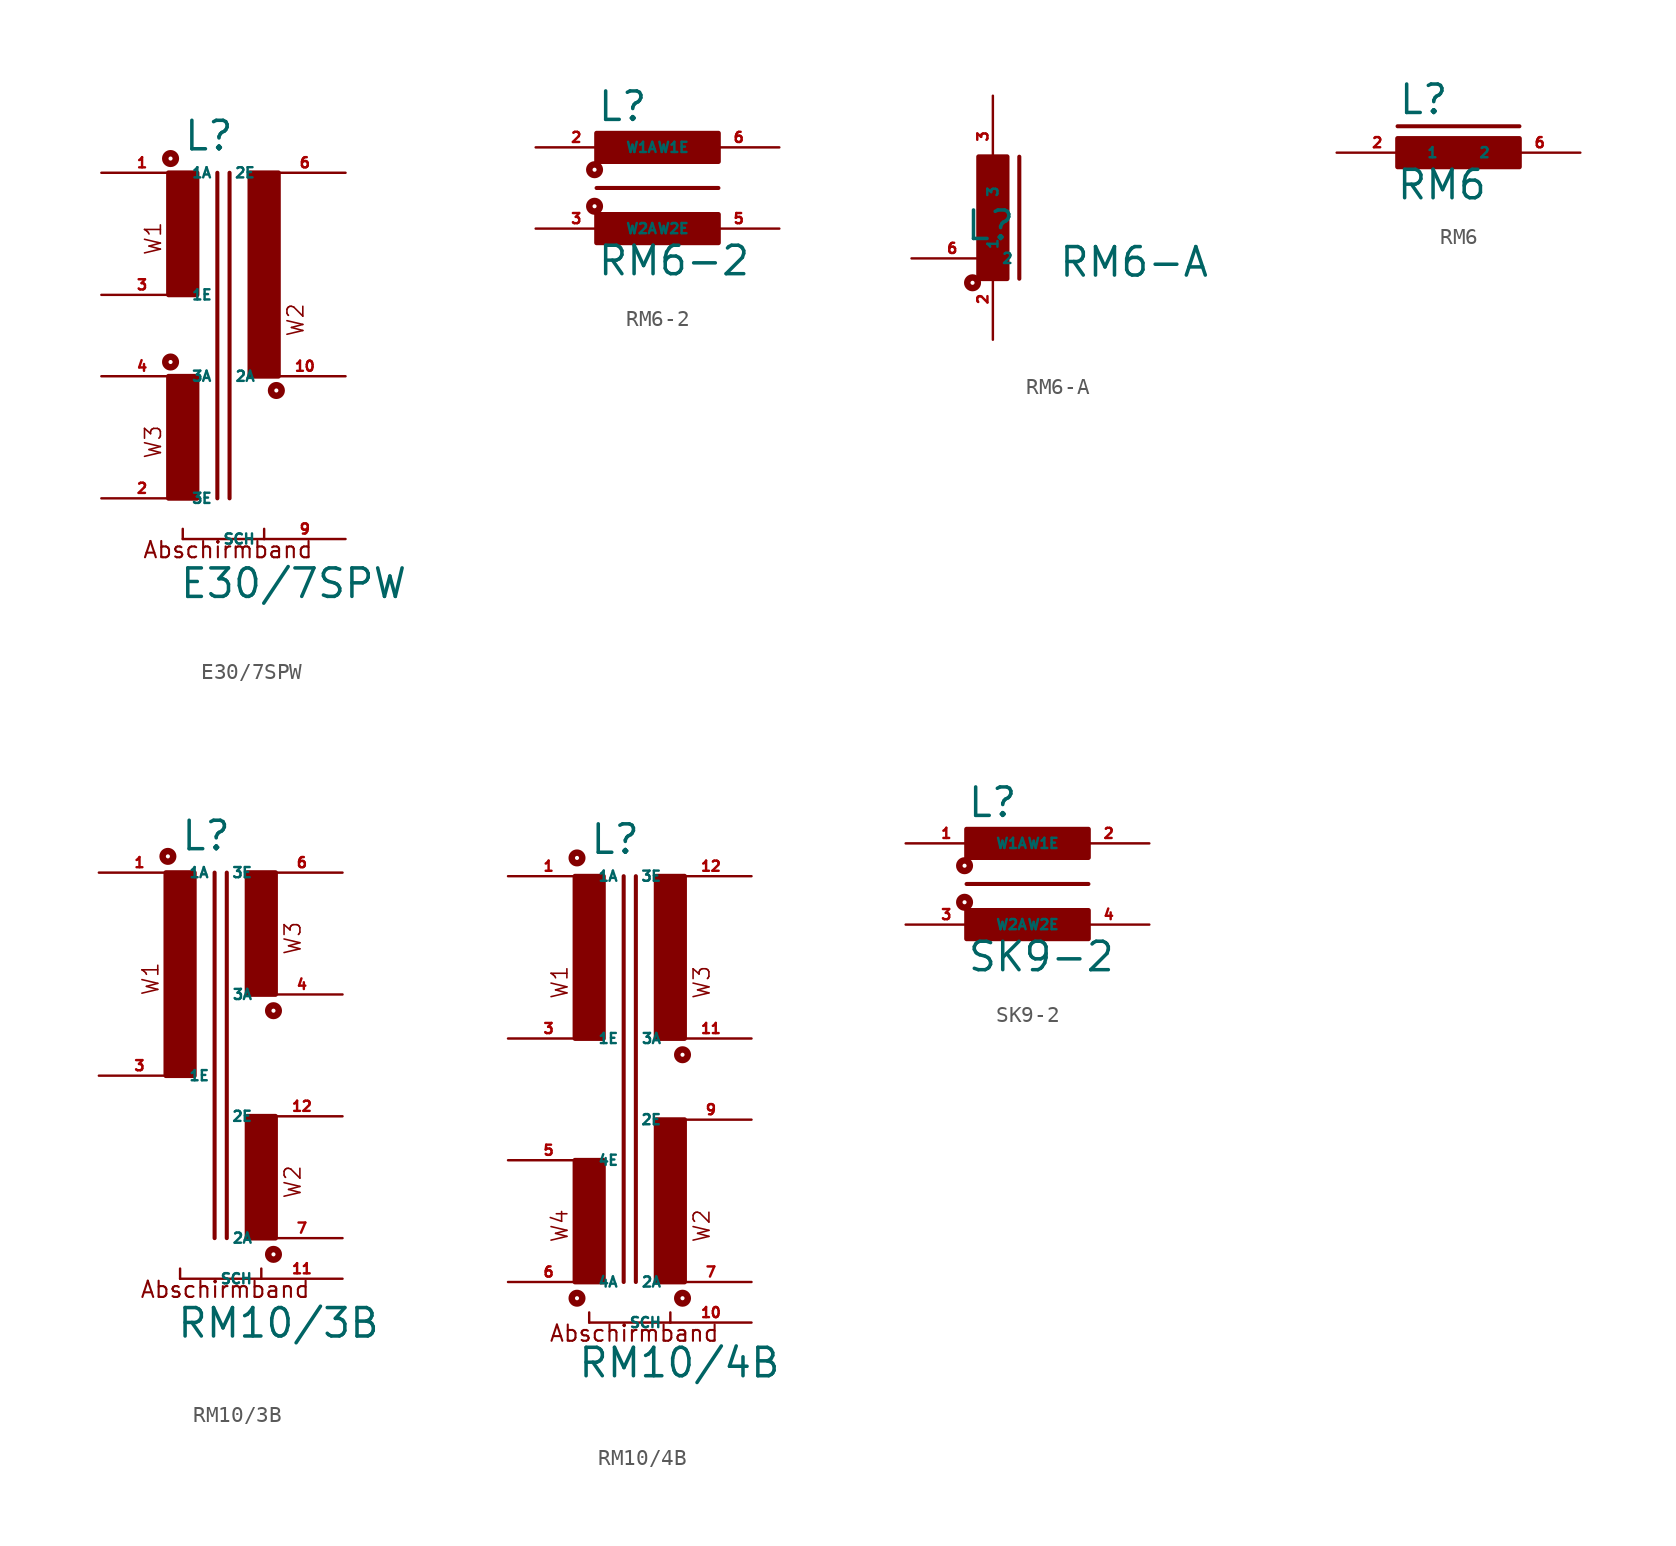
<source format=kicad_sym>
(kicad_symbol_lib
  (version 20220914)
  (generator Eagle2Kicad)
  (symbol "E30/7SPW"
    (property "Reference" "L"
      (at -2.54 11.43 0)
      (effects (font (size 1.778 1.778) (thickness 0.22)) (justify left bottom)))
    (property "Value" "E30/7SPW"
      (at -2.794 -16.51 0)
      (effects (font (size 1.778 1.778) (thickness 0.22)) (justify left bottom)))
    (polyline
      (pts (xy 0.381 -10.16) (xy 0.381 10.16))
      (stroke (width 0.254) (type default))
      (fill (type none)))
    (polyline
      (pts (xy -0.381 -10.16) (xy -0.381 10.16))
      (stroke (width 0.254) (type default))
      (fill (type none)))
    (polyline
      (pts (xy 2.54 -12.7) (xy 2.54 -12.065))
      (stroke (width 0.152) (type default))
      (fill (type none)))
    (polyline
      (pts (xy 2.54 -12.7) (xy -2.54 -12.7))
      (stroke (width 0.152) (type default))
      (fill (type none)))
    (polyline
      (pts (xy -2.54 -12.7) (xy -2.54 -12.065))
      (stroke (width 0.152) (type default))
      (fill (type none)))
    (text "W1"
      (at -3.81 4.953 900)
      (effects (font (size 0.991 0.991) (thickness 0.10)) (justify left bottom)))
    (text "W2"
      (at 5.08 -0.127 900)
      (effects (font (size 0.991 0.991) (thickness 0.10)) (justify left bottom)))
    (text "W3"
      (at -3.81 -7.747 900)
      (effects (font (size 0.991 0.991) (thickness 0.10)) (justify left bottom)))
    (text "Abschirmband"
      (at -5.08 -13.97 0)
      (effects (font (size 1.016 1.016) (thickness 0.13)) (justify left bottom)))
    (circle
      (center -3.302 11.049)
      (radius 0.127)
      (stroke (width 0.406) (type default))
      (fill (type none)))
    (circle
      (center 3.302 -3.429)
      (radius 0.127)
      (stroke (width 0.406) (type default))
      (fill (type none)))
    (circle
      (center -3.302 -1.651)
      (radius 0.127)
      (stroke (width 0.406) (type default))
      (fill (type none)))
    (rectangle
      (start -3.429 2.54)
      (end -1.651 10.16)
      (stroke (width 0.3) (type default))
      (fill (type outline)))
    (rectangle
      (start -3.429 -10.16)
      (end -1.651 -2.54)
      (stroke (width 0.3) (type default))
      (fill (type outline)))
    (rectangle
      (start 1.651 -2.54)
      (end 3.429 10.16)
      (stroke (width 0.3) (type default))
      (fill (type outline)))
    (pin passive line
      (at -7.62 2.54 0)
      (length 5.08)
      (name "1E" (effects (font (size 0.635 0.635) (thickness 0.08)) (justify left bottom)))
      (number "3" (effects (font (size 0.635 0.635) (thickness 0.08)) (justify left bottom))))
    (pin passive line
      (at -7.62 10.16 0)
      (length 5.08)
      (name "1A" (effects (font (size 0.635 0.635) (thickness 0.08)) (justify left bottom)))
      (number "1" (effects (font (size 0.635 0.635) (thickness 0.08)) (justify left bottom))))
    (pin passive line
      (at 7.62 10.16 180)
      (length 5.08)
      (name "2E" (effects (font (size 0.635 0.635) (thickness 0.08)) (justify left bottom)))
      (number "6" (effects (font (size 0.635 0.635) (thickness 0.08)) (justify left bottom))))
    (pin passive line
      (at 7.62 -2.54 180)
      (length 5.08)
      (name "2A" (effects (font (size 0.635 0.635) (thickness 0.08)) (justify left bottom)))
      (number "10" (effects (font (size 0.635 0.635) (thickness 0.08)) (justify left bottom))))
    (pin passive line
      (at -7.62 -10.16 0)
      (length 5.08)
      (name "3E" (effects (font (size 0.635 0.635) (thickness 0.08)) (justify left bottom)))
      (number "2" (effects (font (size 0.635 0.635) (thickness 0.08)) (justify left bottom))))
    (pin passive line
      (at -7.62 -2.54 0)
      (length 5.08)
      (name "3A" (effects (font (size 0.635 0.635) (thickness 0.08)) (justify left bottom)))
      (number "4" (effects (font (size 0.635 0.635) (thickness 0.08)) (justify left bottom))))
    (pin passive line
      (at 7.62 -12.7 180)
      (length 5.08)
      (name "SCH" (effects (font (size 0.635 0.635) (thickness 0.08)) (justify left bottom)))
      (number "9" (effects (font (size 0.635 0.635) (thickness 0.08)) (justify left bottom)))))
  (symbol "RM6-2"
    (property "Reference" "L"
      (at -3.81 4.064 0)
      (effects (font (size 1.778 1.778) (thickness 0.22)) (justify left bottom)))
    (property "Value" "RM6-2"
      (at -3.81 -5.588 0)
      (effects (font (size 1.778 1.778) (thickness 0.22)) (justify left bottom)))
    (polyline
      (pts (xy -3.81 0) (xy 3.81 0))
      (stroke (width 0.254) (type default))
      (fill (type none)))
    (circle
      (center -3.937 -1.143)
      (radius 0.127)
      (stroke (width 0.406) (type default))
      (fill (type none)))
    (circle
      (center -3.937 1.143)
      (radius 0.127)
      (stroke (width 0.406) (type default))
      (fill (type none)))
    (rectangle
      (start -3.81 1.651)
      (end 3.81 3.429)
      (stroke (width 0.3) (type default))
      (fill (type outline)))
    (rectangle
      (start -3.81 -3.429)
      (end 3.81 -1.651)
      (stroke (width 0.3) (type default))
      (fill (type outline)))
    (pin passive line
      (at 7.62 2.54 180)
      (length 5.08)
      (name "W1E" (effects (font (size 0.635 0.635) (thickness 0.08)) (justify left bottom)))
      (number "6" (effects (font (size 0.635 0.635) (thickness 0.08)) (justify left bottom))))
    (pin passive line
      (at -7.62 2.54 0)
      (length 5.08)
      (name "W1A" (effects (font (size 0.635 0.635) (thickness 0.08)) (justify left bottom)))
      (number "2" (effects (font (size 0.635 0.635) (thickness 0.08)) (justify left bottom))))
    (pin passive line
      (at 7.62 -2.54 180)
      (length 5.08)
      (name "W2E" (effects (font (size 0.635 0.635) (thickness 0.08)) (justify left bottom)))
      (number "5" (effects (font (size 0.635 0.635) (thickness 0.08)) (justify left bottom))))
    (pin passive line
      (at -7.62 -2.54 0)
      (length 5.08)
      (name "W2A" (effects (font (size 0.635 0.635) (thickness 0.08)) (justify left bottom)))
      (number "3" (effects (font (size 0.635 0.635) (thickness 0.08)) (justify left bottom)))))
  (symbol "RM6-A"
    (property "Reference" "L"
      (at -1.778 -1.524 0)
      (effects (font (size 1.778 1.778) (thickness 0.22)) (justify left bottom)))
    (property "Value" "RM6-A"
      (at 4.064 -3.81 0)
      (effects (font (size 1.778 1.778) (thickness 0.22)) (justify left bottom)))
    (polyline
      (pts (xy 1.651 -3.81) (xy 1.651 3.81))
      (stroke (width 0.254) (type default))
      (fill (type none)))
    (circle
      (center -1.27 -4.064)
      (radius 0.127)
      (stroke (width 0.406) (type default))
      (fill (type none)))
    (rectangle
      (start -0.889 -3.81)
      (end 0.889 3.81)
      (stroke (width 0.3) (type default))
      (fill (type outline)))
    (pin passive line
      (at 0 7.62 270)
      (length 5.08)
      (name "3" (effects (font (size 0.635 0.635) (thickness 0.08)) (justify left bottom)))
      (number "3" (effects (font (size 0.635 0.635) (thickness 0.08)) (justify left bottom))))
    (pin passive line
      (at 0 -7.62 90)
      (length 5.08)
      (name "1" (effects (font (size 0.635 0.635) (thickness 0.08)) (justify left bottom)))
      (number "2" (effects (font (size 0.635 0.635) (thickness 0.08)) (justify left bottom))))
    (pin passive line
      (at -5.08 -2.54 0)
      (length 5.08)
      (name "2" (effects (font (size 0.635 0.635) (thickness 0.08)) (justify left bottom)))
      (number "6" (effects (font (size 0.635 0.635) (thickness 0.08)) (justify left bottom)))))
  (symbol "RM6"
    (property "Reference" "L"
      (at -3.81 2.286 0)
      (effects (font (size 1.778 1.778) (thickness 0.22)) (justify left bottom)))
    (property "Value" "RM6"
      (at -3.937 -3.048 0)
      (effects (font (size 1.778 1.778) (thickness 0.22)) (justify left bottom)))
    (polyline
      (pts (xy -3.81 1.651) (xy 3.81 1.651))
      (stroke (width 0.254) (type default))
      (fill (type none)))
    (rectangle
      (start -3.81 -0.889)
      (end 3.81 0.889)
      (stroke (width 0.3) (type default))
      (fill (type outline)))
    (pin passive line
      (at 7.62 0 180)
      (length 5.08)
      (name "2" (effects (font (size 0.635 0.635) (thickness 0.08)) (justify left bottom)))
      (number "6" (effects (font (size 0.635 0.635) (thickness 0.08)) (justify left bottom))))
    (pin passive line
      (at -7.62 0 0)
      (length 5.08)
      (name "1" (effects (font (size 0.635 0.635) (thickness 0.08)) (justify left bottom)))
      (number "2" (effects (font (size 0.635 0.635) (thickness 0.08)) (justify left bottom)))))
  (symbol "RM10/3B"
    (property "Reference" "L"
      (at -2.54 13.97 0)
      (effects (font (size 1.778 1.778) (thickness 0.22)) (justify left bottom)))
    (property "Value" "RM10/3B"
      (at -2.794 -16.51 0)
      (effects (font (size 1.778 1.778) (thickness 0.22)) (justify left bottom)))
    (polyline
      (pts (xy -0.381 -10.16) (xy -0.381 12.7))
      (stroke (width 0.254) (type default))
      (fill (type none)))
    (polyline
      (pts (xy 0.381 -10.16) (xy 0.381 12.7))
      (stroke (width 0.254) (type default))
      (fill (type none)))
    (polyline
      (pts (xy 2.54 -12.7) (xy 2.54 -12.065))
      (stroke (width 0.152) (type default))
      (fill (type none)))
    (polyline
      (pts (xy 2.54 -12.7) (xy -2.54 -12.7))
      (stroke (width 0.152) (type default))
      (fill (type none)))
    (polyline
      (pts (xy -2.54 -12.7) (xy -2.54 -12.065))
      (stroke (width 0.152) (type default))
      (fill (type none)))
    (text "W1"
      (at -3.81 4.953 900)
      (effects (font (size 0.991 0.991) (thickness 0.10)) (justify left bottom)))
    (text "W2"
      (at 5.08 -7.747 900)
      (effects (font (size 0.991 0.991) (thickness 0.10)) (justify left bottom)))
    (text "W3"
      (at 5.08 7.493 900)
      (effects (font (size 0.991 0.991) (thickness 0.10)) (justify left bottom)))
    (text "Abschirmband"
      (at -5.08 -13.97 0)
      (effects (font (size 1.016 1.016) (thickness 0.13)) (justify left bottom)))
    (circle
      (center -3.302 13.716)
      (radius 0.127)
      (stroke (width 0.406) (type default))
      (fill (type none)))
    (circle
      (center 3.302 4.064)
      (radius 0.127)
      (stroke (width 0.406) (type default))
      (fill (type none)))
    (circle
      (center 3.302 -11.176)
      (radius 0.127)
      (stroke (width 0.406) (type default))
      (fill (type none)))
    (rectangle
      (start 1.651 5.08)
      (end 3.429 12.7)
      (stroke (width 0.3) (type default))
      (fill (type outline)))
    (rectangle
      (start 1.651 -10.16)
      (end 3.429 -2.54)
      (stroke (width 0.3) (type default))
      (fill (type outline)))
    (rectangle
      (start -3.429 0)
      (end -1.651 12.7)
      (stroke (width 0.3) (type default))
      (fill (type outline)))
    (pin passive line
      (at -7.62 0 0)
      (length 5.08)
      (name "1E" (effects (font (size 0.635 0.635) (thickness 0.08)) (justify left bottom)))
      (number "3" (effects (font (size 0.635 0.635) (thickness 0.08)) (justify left bottom))))
    (pin passive line
      (at -7.62 12.7 0)
      (length 5.08)
      (name "1A" (effects (font (size 0.635 0.635) (thickness 0.08)) (justify left bottom)))
      (number "1" (effects (font (size 0.635 0.635) (thickness 0.08)) (justify left bottom))))
    (pin passive line
      (at 7.62 -2.54 180)
      (length 5.08)
      (name "2E" (effects (font (size 0.635 0.635) (thickness 0.08)) (justify left bottom)))
      (number "12" (effects (font (size 0.635 0.635) (thickness 0.08)) (justify left bottom))))
    (pin passive line
      (at 7.62 -10.16 180)
      (length 5.08)
      (name "2A" (effects (font (size 0.635 0.635) (thickness 0.08)) (justify left bottom)))
      (number "7" (effects (font (size 0.635 0.635) (thickness 0.08)) (justify left bottom))))
    (pin passive line
      (at 7.62 12.7 180)
      (length 5.08)
      (name "3E" (effects (font (size 0.635 0.635) (thickness 0.08)) (justify left bottom)))
      (number "6" (effects (font (size 0.635 0.635) (thickness 0.08)) (justify left bottom))))
    (pin passive line
      (at 7.62 5.08 180)
      (length 5.08)
      (name "3A" (effects (font (size 0.635 0.635) (thickness 0.08)) (justify left bottom)))
      (number "4" (effects (font (size 0.635 0.635) (thickness 0.08)) (justify left bottom))))
    (pin passive line
      (at 7.62 -12.7 180)
      (length 5.08)
      (name "SCH" (effects (font (size 0.635 0.635) (thickness 0.08)) (justify left bottom)))
      (number "11" (effects (font (size 0.635 0.635) (thickness 0.08)) (justify left bottom)))))
  (symbol "RM10/4B"
    (property "Reference" "L"
      (at -2.54 13.97 0)
      (effects (font (size 1.778 1.778) (thickness 0.22)) (justify left bottom)))
    (property "Value" "RM10/4B"
      (at -3.302 -18.796 0)
      (effects (font (size 1.778 1.778) (thickness 0.22)) (justify left bottom)))
    (polyline
      (pts (xy -0.381 -12.7) (xy -0.381 12.7))
      (stroke (width 0.254) (type default))
      (fill (type none)))
    (polyline
      (pts (xy 0.381 -12.7) (xy 0.381 12.7))
      (stroke (width 0.254) (type default))
      (fill (type none)))
    (polyline
      (pts (xy 2.54 -15.24) (xy 2.54 -14.605))
      (stroke (width 0.152) (type default))
      (fill (type none)))
    (polyline
      (pts (xy 2.54 -15.24) (xy -2.54 -15.24))
      (stroke (width 0.152) (type default))
      (fill (type none)))
    (polyline
      (pts (xy -2.54 -15.24) (xy -2.54 -14.605))
      (stroke (width 0.152) (type default))
      (fill (type none)))
    (text "W1"
      (at -3.81 4.953 900)
      (effects (font (size 0.991 0.991) (thickness 0.10)) (justify left bottom)))
    (text "W2"
      (at 5.08 -10.287 900)
      (effects (font (size 0.991 0.991) (thickness 0.10)) (justify left bottom)))
    (text "W3"
      (at 5.08 4.953 900)
      (effects (font (size 0.991 0.991) (thickness 0.10)) (justify left bottom)))
    (text "W4"
      (at -3.81 -10.287 900)
      (effects (font (size 0.991 0.991) (thickness 0.10)) (justify left bottom)))
    (text "Abschirmband"
      (at -5.08 -16.51 0)
      (effects (font (size 1.016 1.016) (thickness 0.13)) (justify left bottom)))
    (circle
      (center -3.302 -13.716)
      (radius 0.127)
      (stroke (width 0.406) (type default))
      (fill (type none)))
    (circle
      (center -3.302 13.843)
      (radius 0.127)
      (stroke (width 0.406) (type default))
      (fill (type none)))
    (circle
      (center 3.302 1.524)
      (radius 0.127)
      (stroke (width 0.406) (type default))
      (fill (type none)))
    (circle
      (center 3.302 -13.716)
      (radius 0.127)
      (stroke (width 0.406) (type default))
      (fill (type none)))
    (rectangle
      (start -3.429 -12.7)
      (end -1.651 -5.08)
      (stroke (width 0.3) (type default))
      (fill (type outline)))
    (rectangle
      (start -3.429 2.54)
      (end -1.651 12.7)
      (stroke (width 0.3) (type default))
      (fill (type outline)))
    (rectangle
      (start 1.651 2.54)
      (end 3.429 12.7)
      (stroke (width 0.3) (type default))
      (fill (type outline)))
    (rectangle
      (start 1.651 -12.7)
      (end 3.429 -2.54)
      (stroke (width 0.3) (type default))
      (fill (type outline)))
    (pin passive line
      (at -7.62 2.54 0)
      (length 5.08)
      (name "1E" (effects (font (size 0.635 0.635) (thickness 0.08)) (justify left bottom)))
      (number "3" (effects (font (size 0.635 0.635) (thickness 0.08)) (justify left bottom))))
    (pin passive line
      (at -7.62 12.7 0)
      (length 5.08)
      (name "1A" (effects (font (size 0.635 0.635) (thickness 0.08)) (justify left bottom)))
      (number "1" (effects (font (size 0.635 0.635) (thickness 0.08)) (justify left bottom))))
    (pin passive line
      (at 7.62 -2.54 180)
      (length 5.08)
      (name "2E" (effects (font (size 0.635 0.635) (thickness 0.08)) (justify left bottom)))
      (number "9" (effects (font (size 0.635 0.635) (thickness 0.08)) (justify left bottom))))
    (pin passive line
      (at 7.62 -12.7 180)
      (length 5.08)
      (name "2A" (effects (font (size 0.635 0.635) (thickness 0.08)) (justify left bottom)))
      (number "7" (effects (font (size 0.635 0.635) (thickness 0.08)) (justify left bottom))))
    (pin passive line
      (at -7.62 -5.08 0)
      (length 5.08)
      (name "4E" (effects (font (size 0.635 0.635) (thickness 0.08)) (justify left bottom)))
      (number "5" (effects (font (size 0.635 0.635) (thickness 0.08)) (justify left bottom))))
    (pin passive line
      (at -7.62 -12.7 0)
      (length 5.08)
      (name "4A" (effects (font (size 0.635 0.635) (thickness 0.08)) (justify left bottom)))
      (number "6" (effects (font (size 0.635 0.635) (thickness 0.08)) (justify left bottom))))
    (pin passive line
      (at 7.62 12.7 180)
      (length 5.08)
      (name "3E" (effects (font (size 0.635 0.635) (thickness 0.08)) (justify left bottom)))
      (number "12" (effects (font (size 0.635 0.635) (thickness 0.08)) (justify left bottom))))
    (pin passive line
      (at 7.62 2.54 180)
      (length 5.08)
      (name "3A" (effects (font (size 0.635 0.635) (thickness 0.08)) (justify left bottom)))
      (number "11" (effects (font (size 0.635 0.635) (thickness 0.08)) (justify left bottom))))
    (pin passive line
      (at 7.62 -15.24 180)
      (length 5.08)
      (name "SCH" (effects (font (size 0.635 0.635) (thickness 0.08)) (justify left bottom)))
      (number "10" (effects (font (size 0.635 0.635) (thickness 0.08)) (justify left bottom)))))
  (symbol "SK9-2"
    (property "Reference" "L"
      (at -3.81 4.064 0)
      (effects (font (size 1.778 1.778) (thickness 0.22)) (justify left bottom)))
    (property "Value" "SK9-2"
      (at -3.81 -5.588 0)
      (effects (font (size 1.778 1.778) (thickness 0.22)) (justify left bottom)))
    (polyline
      (pts (xy -3.81 0) (xy 3.81 0))
      (stroke (width 0.254) (type default))
      (fill (type none)))
    (circle
      (center -3.937 -1.143)
      (radius 0.127)
      (stroke (width 0.406) (type default))
      (fill (type none)))
    (circle
      (center -3.937 1.143)
      (radius 0.127)
      (stroke (width 0.406) (type default))
      (fill (type none)))
    (rectangle
      (start -3.81 1.651)
      (end 3.81 3.429)
      (stroke (width 0.3) (type default))
      (fill (type outline)))
    (rectangle
      (start -3.81 -3.429)
      (end 3.81 -1.651)
      (stroke (width 0.3) (type default))
      (fill (type outline)))
    (pin passive line
      (at 7.62 2.54 180)
      (length 5.08)
      (name "W1E" (effects (font (size 0.635 0.635) (thickness 0.08)) (justify left bottom)))
      (number "2" (effects (font (size 0.635 0.635) (thickness 0.08)) (justify left bottom))))
    (pin passive line
      (at -7.62 2.54 0)
      (length 5.08)
      (name "W1A" (effects (font (size 0.635 0.635) (thickness 0.08)) (justify left bottom)))
      (number "1" (effects (font (size 0.635 0.635) (thickness 0.08)) (justify left bottom))))
    (pin passive line
      (at 7.62 -2.54 180)
      (length 5.08)
      (name "W2E" (effects (font (size 0.635 0.635) (thickness 0.08)) (justify left bottom)))
      (number "4" (effects (font (size 0.635 0.635) (thickness 0.08)) (justify left bottom))))
    (pin passive line
      (at -7.62 -2.54 0)
      (length 5.08)
      (name "W2A" (effects (font (size 0.635 0.635) (thickness 0.08)) (justify left bottom)))
      (number "3" (effects (font (size 0.635 0.635) (thickness 0.08)) (justify left bottom))))))
</source>
